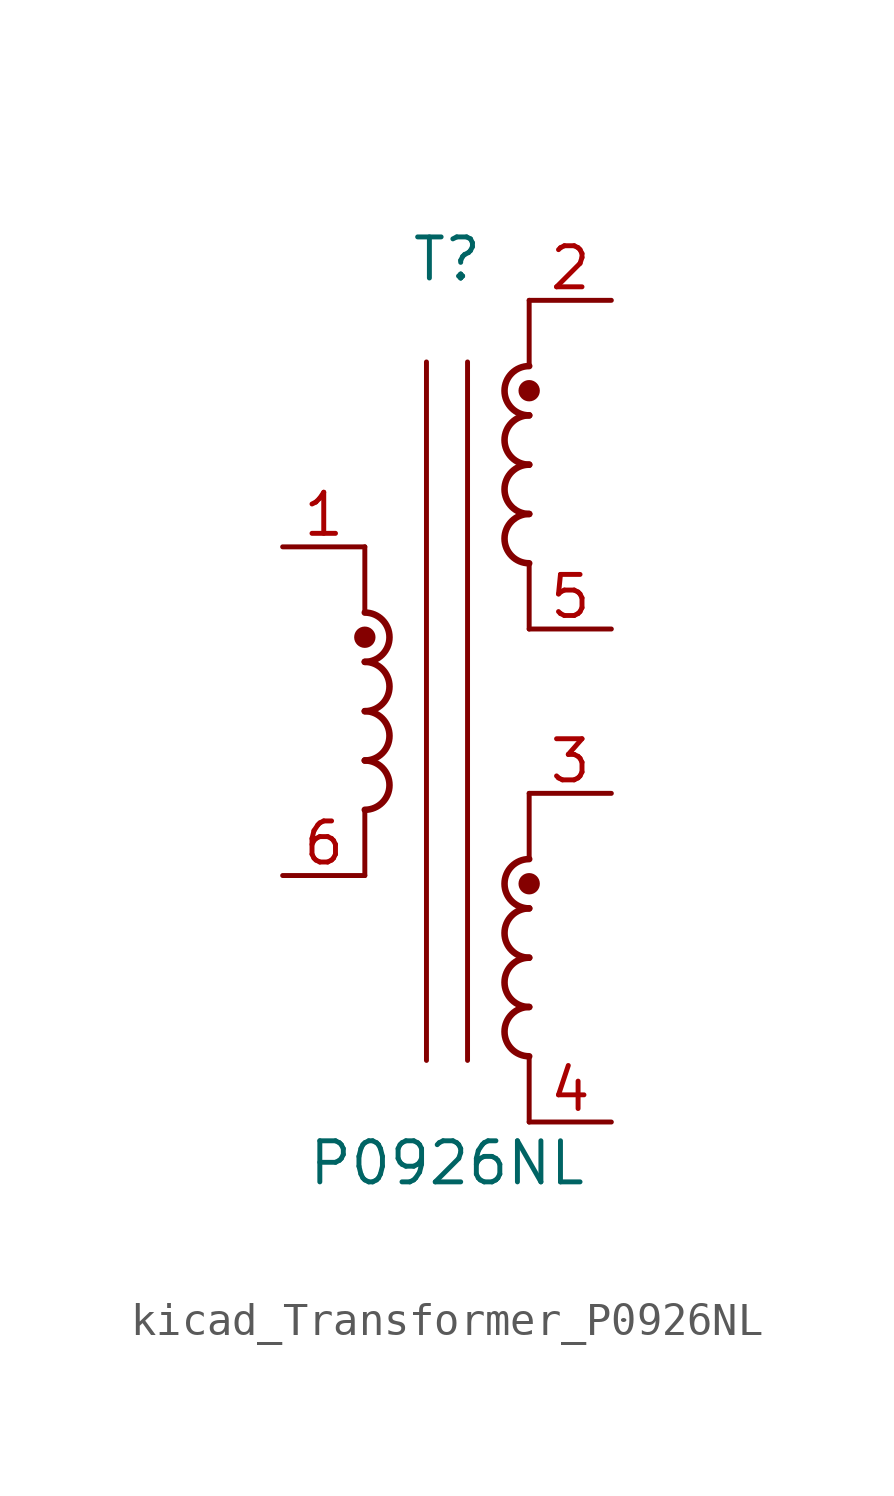
<source format=kicad_sym>
(kicad_symbol_lib
  (version 20220914)
  (generator kicad_symbol_editor)
  (symbol "kicad_Transformer_P0926NL"
    (pin_names hide)
    (property "Reference" "T"
      (at 0 13.97 0)
      (effects (font (size 1.27 1.27))))
    (property "Value" "P0926NL"
      (at 0 -13.97 0)
      (effects (font (size 1.27 1.27))))
    (symbol "kicad_Transformer_P0926NL_0_1"
      (arc (start -2.54 -3.048) (mid -1.7813 -2.286) (end -2.54 -1.524) (stroke (width 0.2032) (type default)) (fill (type none)))
      (arc (start -2.54 -1.524) (mid -1.7813 -0.762) (end -2.54 0) (stroke (width 0.2032) (type default)) (fill (type none)))
      (arc (start -2.54 0) (mid -1.7813 0.762) (end -2.54 1.524) (stroke (width 0.2032) (type default)) (fill (type none)))
      (circle (center -2.54 2.286) (radius 0.254) (stroke (width 0) (type default)) (fill (type outline)))
      (polyline (pts (xy -2.54 -3.048) (xy -2.54 -5.08)) (stroke (width 0) (type default)) (fill (type none)))
      (polyline (pts (xy -2.54 5.08) (xy -2.54 3.048)) (stroke (width 0) (type default)) (fill (type none)))
      (polyline (pts (xy -0.635 10.795) (xy -0.635 -10.795)) (stroke (width 0) (type default)) (fill (type none)))
      (polyline (pts (xy 0.635 10.795) (xy 0.635 -10.795)) (stroke (width 0) (type default)) (fill (type none)))
      (polyline (pts (xy 2.54 -10.668) (xy 2.54 -12.7)) (stroke (width 0) (type default)) (fill (type none)))
      (polyline (pts (xy 2.54 -2.54) (xy 2.54 -4.572)) (stroke (width 0) (type default)) (fill (type none)))
      (polyline (pts (xy 2.54 4.572) (xy 2.54 2.54)) (stroke (width 0) (type default)) (fill (type none)))
      (polyline (pts (xy 2.54 12.7) (xy 2.54 10.668)) (stroke (width 0) (type default)) (fill (type none)))
      (arc (start 2.54 -9.144) (mid 1.7813 -9.906) (end 2.54 -10.668) (stroke (width 0.2032) (type default)) (fill (type none)))
      (arc (start 2.54 -7.62) (mid 1.7813 -8.382) (end 2.54 -9.144) (stroke (width 0.2032) (type default)) (fill (type none)))
      (arc (start 2.54 -6.096) (mid 1.7813 -6.858) (end 2.54 -7.62) (stroke (width 0.2032) (type default)) (fill (type none)))
      (circle (center 2.54 -5.334) (radius 0.254) (stroke (width 0) (type default)) (fill (type outline)))
      (arc (start 2.54 -4.572) (mid 1.7813 -5.334) (end 2.54 -6.096) (stroke (width 0.2032) (type default)) (fill (type none)))
      (arc (start 2.54 6.096) (mid 1.7813 5.334) (end 2.54 4.572) (stroke (width 0.2032) (type default)) (fill (type none)))
      (arc (start 2.54 7.62) (mid 1.7813 6.858) (end 2.54 6.096) (stroke (width 0.2032) (type default)) (fill (type none)))
      (arc (start 2.54 9.144) (mid 1.7813 8.382) (end 2.54 7.62) (stroke (width 0.2032) (type default)) (fill (type none)))
      (circle (center 2.54 9.906) (radius 0.254) (stroke (width 0) (type default)) (fill (type outline)))
      (arc (start 2.54 10.668) (mid 1.7813 9.906) (end 2.54 9.144) (stroke (width 0.2032) (type default)) (fill (type none))))
    (symbol "kicad_Transformer_P0926NL_1_1"
      (arc (start -2.54 1.524) (mid -1.7813 2.286) (end -2.54 3.048) (stroke (width 0.2032) (type default)) (fill (type none)))
      (pin passive line (at -5.08 5.08 0) (length 2.54) (name "~" (effects (font (size 1.27 1.27)))) (number "1" (effects (font (size 1.27 1.27)))))
      (pin passive line (at 5.08 12.7 180) (length 2.54) (name "~" (effects (font (size 1.27 1.27)))) (number "2" (effects (font (size 1.27 1.27)))))
      (pin passive line (at 5.08 -2.54 180) (length 2.54) (name "~" (effects (font (size 1.27 1.27)))) (number "3" (effects (font (size 1.27 1.27)))))
      (pin passive line (at 5.08 -12.7 180) (length 2.54) (name "~" (effects (font (size 1.27 1.27)))) (number "4" (effects (font (size 1.27 1.27)))))
      (pin passive line (at 5.08 2.54 180) (length 2.54) (name "~" (effects (font (size 1.27 1.27)))) (number "5" (effects (font (size 1.27 1.27)))))
      (pin passive line (at -5.08 -5.08 0) (length 2.54) (name "~" (effects (font (size 1.27 1.27)))) (number "6" (effects (font (size 1.27 1.27))))))))
</source>
